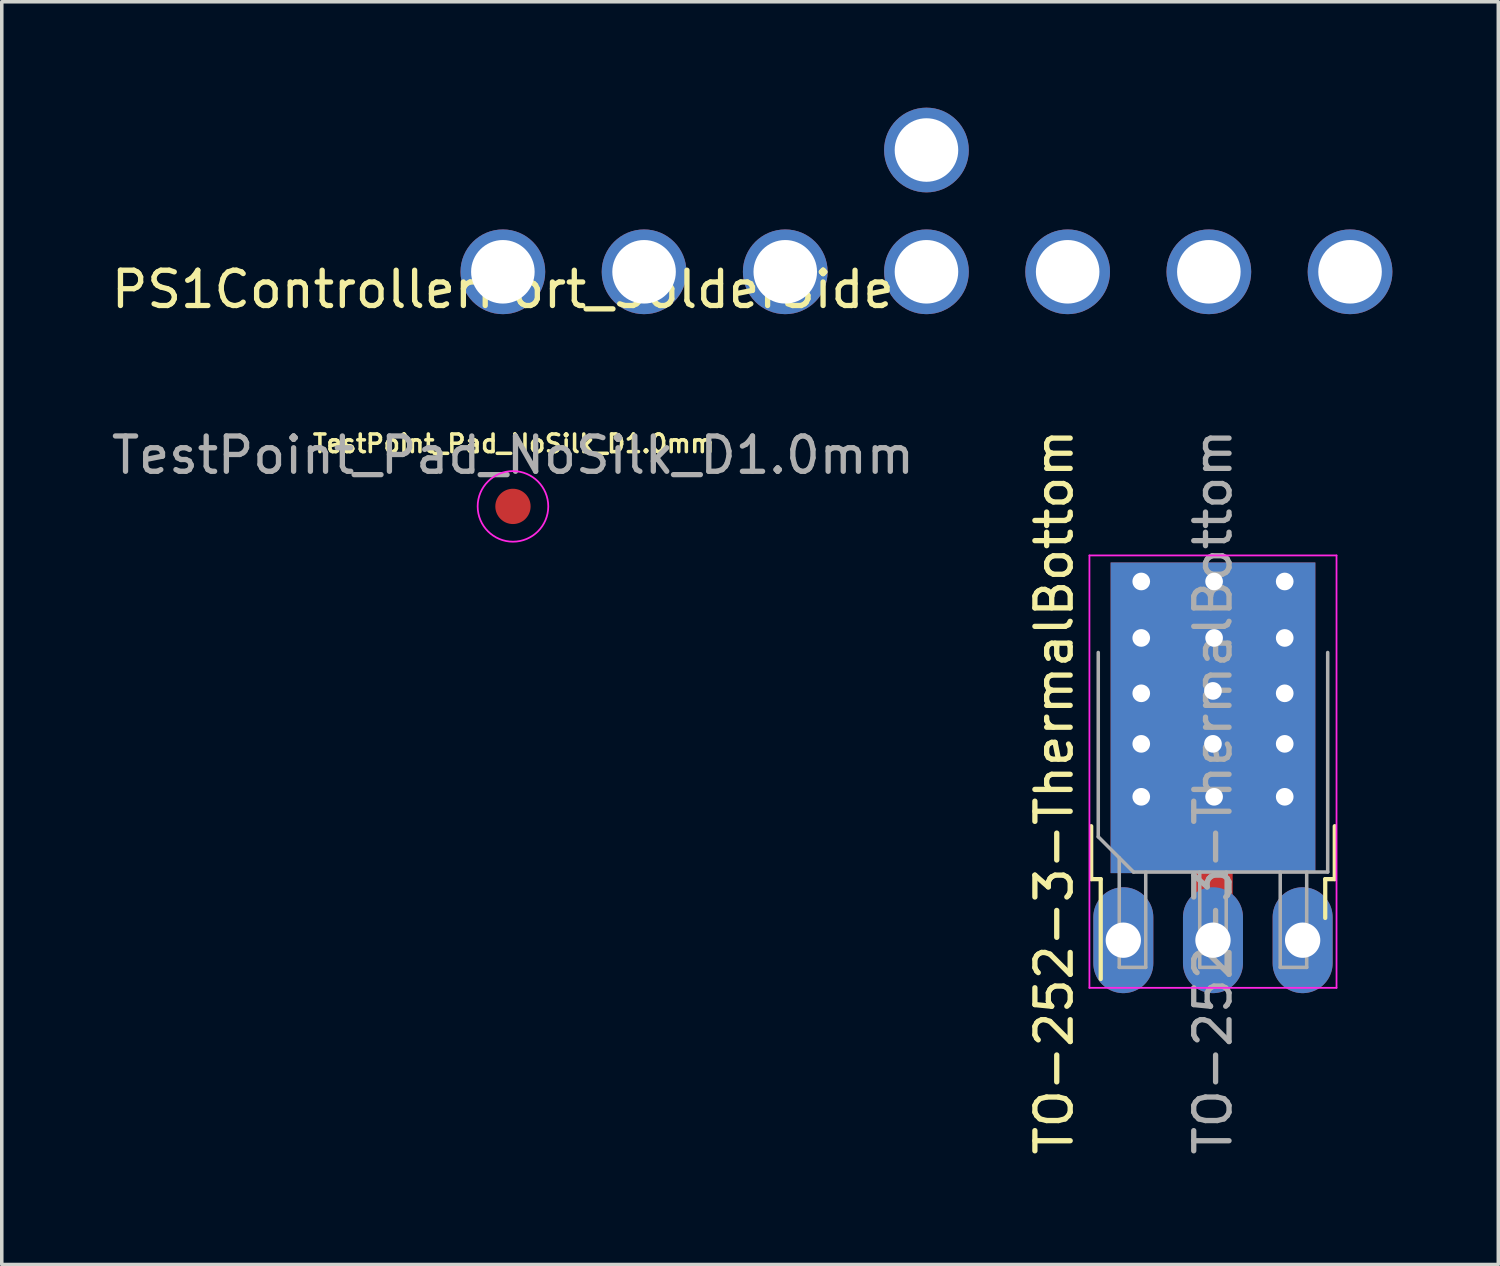
<source format=kicad_pcb>
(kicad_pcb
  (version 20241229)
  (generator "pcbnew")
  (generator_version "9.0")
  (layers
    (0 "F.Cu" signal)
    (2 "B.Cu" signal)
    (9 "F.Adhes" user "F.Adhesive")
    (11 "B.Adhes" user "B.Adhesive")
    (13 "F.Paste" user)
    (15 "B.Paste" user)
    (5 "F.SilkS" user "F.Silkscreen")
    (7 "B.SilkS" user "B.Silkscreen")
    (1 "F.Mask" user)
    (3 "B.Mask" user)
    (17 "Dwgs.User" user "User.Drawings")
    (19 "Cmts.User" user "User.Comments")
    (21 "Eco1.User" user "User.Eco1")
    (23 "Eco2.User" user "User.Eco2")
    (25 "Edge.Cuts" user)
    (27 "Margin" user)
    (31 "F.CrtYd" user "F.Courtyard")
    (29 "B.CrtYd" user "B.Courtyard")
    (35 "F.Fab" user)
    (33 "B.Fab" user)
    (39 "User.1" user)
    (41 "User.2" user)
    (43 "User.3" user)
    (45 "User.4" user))
  (footprint "TestPoint_Pad_NoSilk_D1.0mm"
    (layer "F.Cu")
    (at 11.482 11.296)
    (property "Reference" "TestPoint_Pad_NoSilk_D1.0mm" (at 0.019 -1.778 0) (layer "F.SilkS") (effects (font (size 0.5 0.5) (thickness 0.1))))
    (attr exclude_from_pos_files exclude_from_bom)
    (fp_circle (center 0 0) (end 1 0) (stroke (width 0.05) (type solid)) (fill no) (layer "F.CrtYd"))
    (fp_text user "${REFERENCE}" (at 0 -1.45 0) (layer "F.Fab") (effects (font (size 1 1) (thickness 0.15))))
    (pad "1" smd circle (at 0 0) (size 1 1) (layers "F.Cu" "F.Mask")))
  (footprint "TO-252-3-ThermalBottom"
    (layer "F.Cu")
    (at 31.313 23.585)
    (property "Reference" "TO-252-3-ThermalBottom" (at -4.5 -4.2 90) (layer "F.SilkS") (effects (font (size 1 1) (thickness 0.15))))
    (attr smd)
    (fp_poly (pts (xy 0.508 -1.27) (xy -0.508 -1.27) (xy -0.508 -3.302) (xy 0.508 -3.302)) (stroke (width 0.1) (type solid)) (fill yes) (layer "F.Cu"))
    (fp_line (start -3.45 -3.23) (end -3.45 -1.73) (stroke (width 0.12) (type solid)) (layer "F.SilkS"))
    (fp_line (start -3.45 -1.73) (end -3.18 -1.73) (stroke (width 0.12) (type solid)) (layer "F.SilkS"))
    (fp_line (start -3.18 -1.73) (end -3.18 1.1) (stroke (width 0.12) (type solid)) (layer "F.SilkS"))
    (fp_line (start 3.18 -1.73) (end 3.18 -0.63) (stroke (width 0.12) (type solid)) (layer "F.SilkS"))
    (fp_line (start 3.45 -3.23) (end 3.45 -1.73) (stroke (width 0.12) (type solid)) (layer "F.SilkS"))
    (fp_line (start 3.45 -1.73) (end 3.18 -1.73) (stroke (width 0.12) (type solid)) (layer "F.SilkS"))
    (fp_line (start -3.5 -10.9) (end -3.5 1.35) (stroke (width 0.05) (type solid)) (layer "F.CrtYd"))
    (fp_line (start -3.5 -10.9) (end 3.5 -10.9) (stroke (width 0.05) (type solid)) (layer "F.CrtYd"))
    (fp_line (start -3.5 1.35) (end 3.5 1.35) (stroke (width 0.05) (type solid)) (layer "F.CrtYd"))
    (fp_line (start 3.5 1.35) (end 3.5 -10.9) (stroke (width 0.05) (type solid)) (layer "F.CrtYd"))
    (fp_line (start -3.25 -2.93) (end -3.25 -8.15) (stroke (width 0.1) (type solid)) (layer "F.Fab"))
    (fp_line (start -2.655 -2.335) (end -2.655 0.77) (stroke (width 0.1) (type solid)) (layer "F.Fab"))
    (fp_line (start -2.655 0.77) (end -1.905 0.77) (stroke (width 0.1) (type solid)) (layer "F.Fab"))
    (fp_line (start -2.25 -1.93) (end -3.25 -2.93) (stroke (width 0.1) (type solid)) (layer "F.Fab"))
    (fp_line (start -1.905 0.77) (end -1.905 -1.93) (stroke (width 0.1) (type solid)) (layer "F.Fab"))
    (fp_line (start -0.375 -1.93) (end -0.375 0.77) (stroke (width 0.1) (type solid)) (layer "F.Fab"))
    (fp_line (start -0.375 0.77) (end 0.375 0.77) (stroke (width 0.1) (type solid)) (layer "F.Fab"))
    (fp_line (start 0.375 0.77) (end 0.375 -1.93) (stroke (width 0.1) (type solid)) (layer "F.Fab"))
    (fp_line (start 1.905 -1.93) (end 1.905 0.77) (stroke (width 0.1) (type solid)) (layer "F.Fab"))
    (fp_line (start 1.905 0.77) (end 2.655 0.77) (stroke (width 0.1) (type solid)) (layer "F.Fab"))
    (fp_line (start 2.655 0.77) (end 2.655 -1.93) (stroke (width 0.1) (type solid)) (layer "F.Fab"))
    (fp_line (start 3.25 -8.15) (end 3.25 -1.93) (stroke (width 0.1) (type solid)) (layer "F.Fab"))
    (fp_line (start 3.25 -1.93) (end -2.25 -1.93) (stroke (width 0.1) (type solid)) (layer "F.Fab"))
    (fp_text user "${REFERENCE}" (at 0 -4.2 90) (layer "F.Fab") (effects (font (size 1 1) (thickness 0.15))))
    (pad "1" thru_hole oval (at -2.54 0) (size 1.7 3) (drill 1) (layers "*.Cu" "*.Mask"))
    (pad "2" thru_hole circle (at -2.032 -10.162) (size 0.6 0.6) (drill 0.5) (layers "*.Cu" "*.Mask"))
    (pad "2" thru_hole circle (at -2.032 -8.562) (size 0.6 0.6) (drill 0.5) (layers "*.Cu" "*.Mask"))
    (pad "2" thru_hole circle (at -2.032 -6.994) (size 0.6 0.6) (drill 0.5) (layers "*.Cu" "*.Mask"))
    (pad "2" thru_hole circle (at -2.032 -5.562) (size 0.6 0.6) (drill 0.5) (layers "*.Cu" "*.Mask"))
    (pad "2" thru_hole circle (at -2.032 -4.062) (size 0.6 0.6) (drill 0.5) (layers "*.Cu" "*.Mask"))
    (pad "2" thru_hole rect (at 0 -7.062 90) (size 8.8 5.8) (drill 0.5 (offset -0.762 0)) (layers "*.Cu" "*.Mask"))
    (pad "2" thru_hole circle (at 0 -5.562) (size 0.6 0.6) (drill 0.5) (layers "*.Cu" "*.Mask"))
    (pad "2" thru_hole oval (at 0 0) (size 1.7 3) (drill 1) (layers "*.Cu" "*.Mask"))
    (pad "2" thru_hole circle (at 0.032 -10.162) (size 0.6 0.6) (drill 0.5) (layers "*.Cu" "*.Mask"))
    (pad "2" thru_hole circle (at 0.032 -8.562) (size 0.6 0.6) (drill 0.5) (layers "*.Cu" "*.Mask"))
    (pad "2" thru_hole circle (at 0.032 -4.062) (size 0.6 0.6) (drill 0.5) (layers "*.Cu" "*.Mask"))
    (pad "2" thru_hole circle (at 2.032 -10.162) (size 0.6 0.6) (drill 0.5) (layers "*.Cu" "*.Mask"))
    (pad "2" thru_hole circle (at 2.032 -8.562) (size 0.6 0.6) (drill 0.5) (layers "*.Cu" "*.Mask"))
    (pad "2" thru_hole circle (at 2.032 -6.994) (size 0.6 0.6) (drill 0.5) (layers "*.Cu" "*.Mask"))
    (pad "2" thru_hole circle (at 2.032 -5.562) (size 0.6 0.6) (drill 0.5) (layers "*.Cu" "*.Mask"))
    (pad "2" thru_hole circle (at 2.032 -4.062) (size 0.6 0.6) (drill 0.5) (layers "*.Cu" "*.Mask"))
    (pad "3" thru_hole oval (at 2.54 0) (size 1.7 3) (drill 1) (layers "*.Cu" "*.Mask")))
  (footprint "PS1ControllerPort_SolderSide"
    (layer "F.Cu")
    (at 11.196 4.65)
    (property "Reference" "PS1ControllerPort_SolderSide" (at 0 0.5 0) (layer "F.SilkS") (effects (font (size 1 1) (thickness 0.15))))
    (attr through_hole)
    (pad "1" thru_hole circle (at 0 0) (size 2.4 2.4) (drill 1.8) (layers "*.Cu" "*.Mask"))
    (pad "2" thru_hole circle (at 4 0) (size 2.4 2.4) (drill 1.8) (layers "*.Cu" "*.Mask"))
    (pad "3" thru_hole circle (at 8 0) (size 2.4 2.4) (drill 1.8) (layers "*.Cu" "*.Mask"))
    (pad "4" thru_hole circle (at 12 -3.45) (size 2.4 2.4) (drill 1.8) (layers "*.Cu" "*.Mask"))
    (pad "4" thru_hole circle (at 12 0) (size 2.4 2.4) (drill 1.8) (layers "*.Cu" "*.Mask"))
    (pad "5" thru_hole circle (at 16 0) (size 2.4 2.4) (drill 1.8) (layers "*.Cu" "*.Mask"))
    (pad "6" thru_hole circle (at 20 0) (size 2.4 2.4) (drill 1.8) (layers "*.Cu" "*.Mask"))
    (pad "7" thru_hole circle (at 24 0) (size 2.4 2.4) (drill 1.8) (layers "*.Cu" "*.Mask")))
  (gr_rect
    (start -3 -3)
    (end 39.396 32.772)
    (stroke (width 0.1) (type default))
    (fill no)
    (layer "Edge.Cuts")))
</source>
